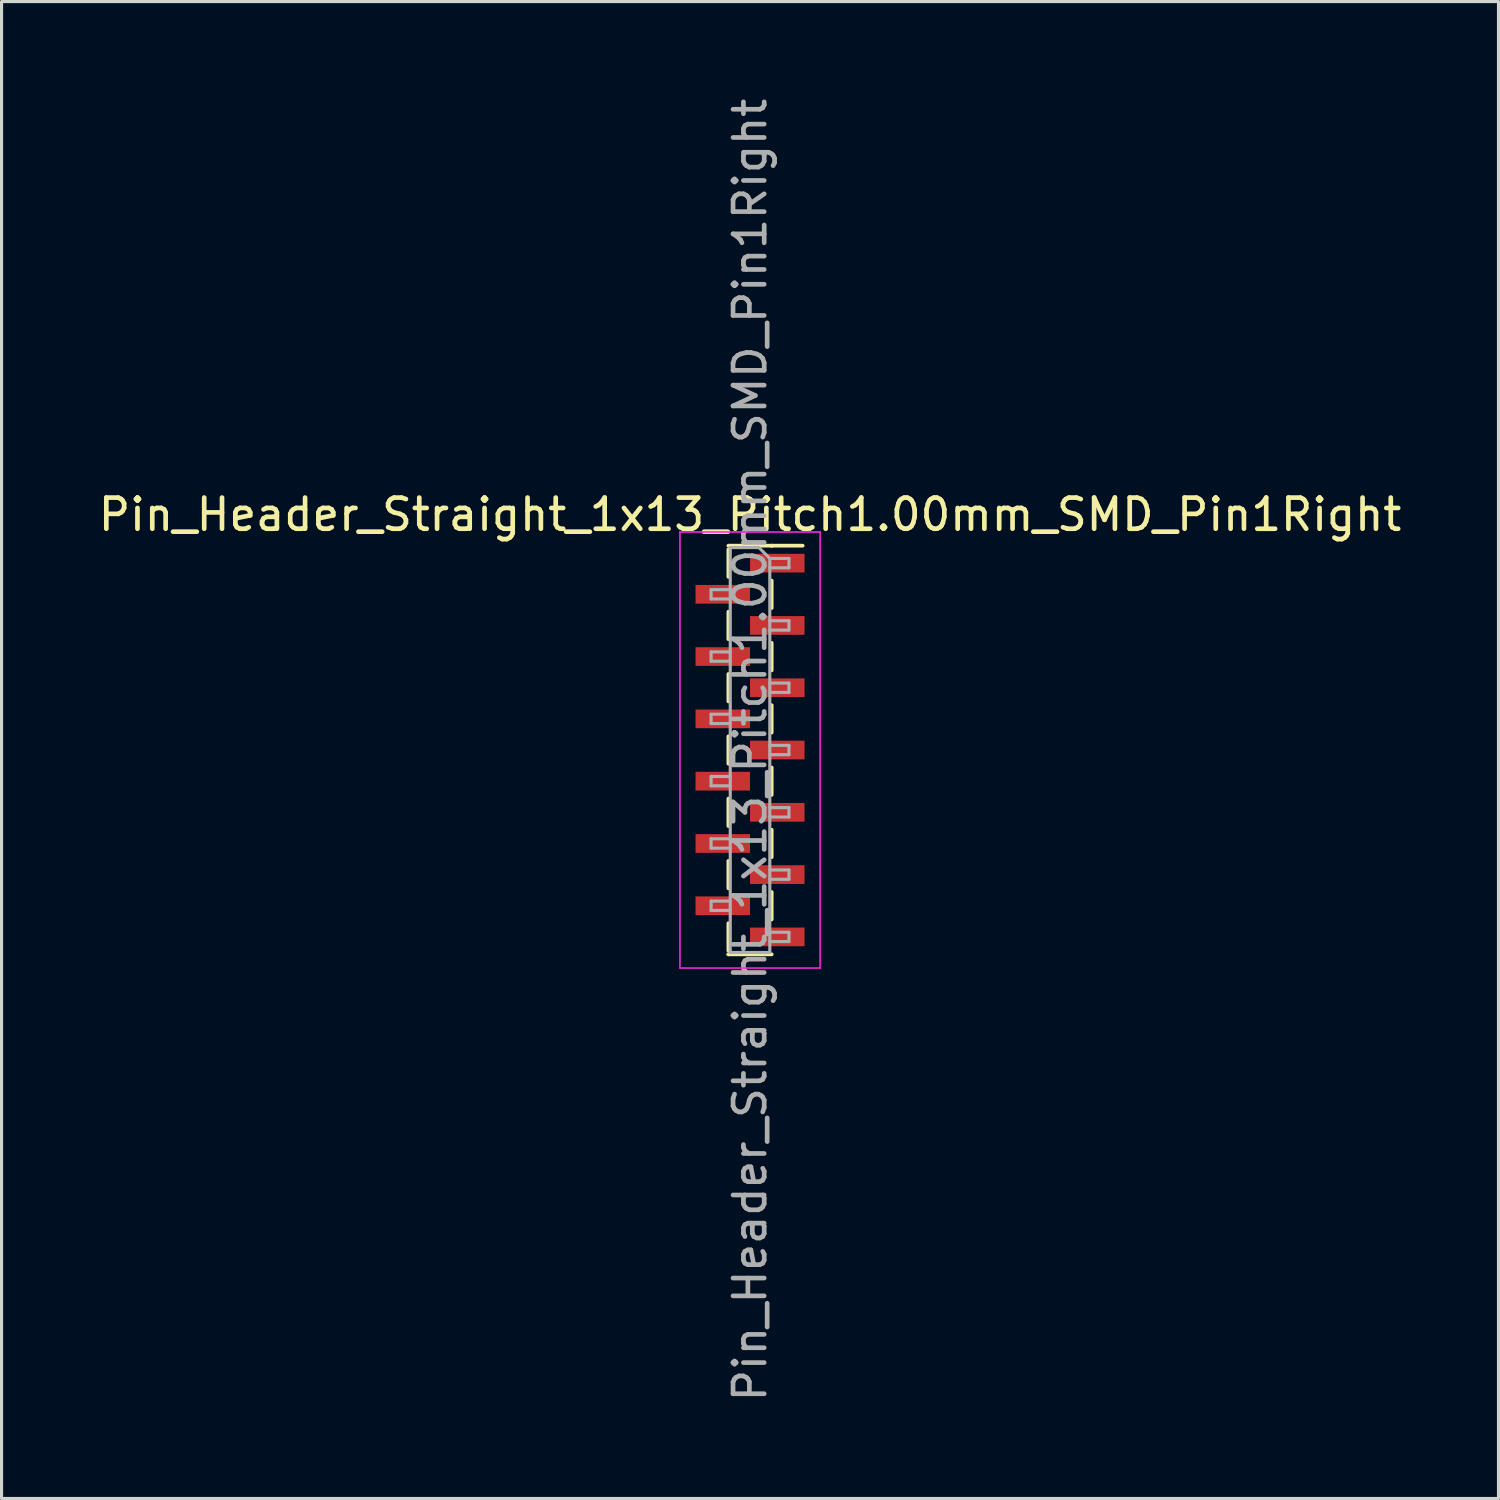
<source format=kicad_pcb>
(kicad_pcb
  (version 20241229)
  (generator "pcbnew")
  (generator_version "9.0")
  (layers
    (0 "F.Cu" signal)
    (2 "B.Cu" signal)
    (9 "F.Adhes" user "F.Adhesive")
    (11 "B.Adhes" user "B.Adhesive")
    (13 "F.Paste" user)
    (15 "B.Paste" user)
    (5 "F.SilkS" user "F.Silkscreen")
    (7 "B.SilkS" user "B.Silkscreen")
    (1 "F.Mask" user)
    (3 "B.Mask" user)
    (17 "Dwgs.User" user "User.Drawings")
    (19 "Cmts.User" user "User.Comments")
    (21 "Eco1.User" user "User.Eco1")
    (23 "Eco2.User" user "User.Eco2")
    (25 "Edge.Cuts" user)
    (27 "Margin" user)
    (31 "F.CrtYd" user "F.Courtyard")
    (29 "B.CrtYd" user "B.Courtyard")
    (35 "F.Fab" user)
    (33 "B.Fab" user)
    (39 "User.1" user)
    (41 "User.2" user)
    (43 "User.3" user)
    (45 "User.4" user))
  (footprint "Pin_Header_Straight_1x13_Pitch1.00mm_SMD_Pin1Right"
    (layer "F.Cu")
    (at 21.03 21.03)
    (property "Reference" "Pin_Header_Straight_1x13_Pitch1.00mm_SMD_Pin1Right" (at 0 -7.56 0) (layer "F.SilkS") (effects (font (size 1 1) (thickness 0.15))))
    (attr smd)
    (fp_line (start -0.695 -6.56) (end 0.695 -6.56) (stroke (width 0.12) (type solid)) (layer "F.SilkS"))
    (fp_line (start -0.695 -6.44) (end -0.695 -5.56) (stroke (width 0.12) (type solid)) (layer "F.SilkS"))
    (fp_line (start -0.695 -4.44) (end -0.695 -3.56) (stroke (width 0.12) (type solid)) (layer "F.SilkS"))
    (fp_line (start -0.695 -2.44) (end -0.695 -1.56) (stroke (width 0.12) (type solid)) (layer "F.SilkS"))
    (fp_line (start -0.695 -0.44) (end -0.695 0.44) (stroke (width 0.12) (type solid)) (layer "F.SilkS"))
    (fp_line (start -0.695 1.56) (end -0.695 2.44) (stroke (width 0.12) (type solid)) (layer "F.SilkS"))
    (fp_line (start -0.695 3.56) (end -0.695 4.44) (stroke (width 0.12) (type solid)) (layer "F.SilkS"))
    (fp_line (start -0.695 5.56) (end -0.695 6.44) (stroke (width 0.12) (type solid)) (layer "F.SilkS"))
    (fp_line (start -0.695 6.56) (end -0.695 6.56) (stroke (width 0.12) (type solid)) (layer "F.SilkS"))
    (fp_line (start -0.695 6.56) (end 0.695 6.56) (stroke (width 0.12) (type solid)) (layer "F.SilkS"))
    (fp_line (start 0.695 -6.56) (end 0.695 -6.56) (stroke (width 0.12) (type solid)) (layer "F.SilkS"))
    (fp_line (start 0.695 -6.56) (end 1.69 -6.56) (stroke (width 0.12) (type solid)) (layer "F.SilkS"))
    (fp_line (start 0.695 -5.44) (end 0.695 -4.56) (stroke (width 0.12) (type solid)) (layer "F.SilkS"))
    (fp_line (start 0.695 -3.44) (end 0.695 -2.56) (stroke (width 0.12) (type solid)) (layer "F.SilkS"))
    (fp_line (start 0.695 -1.44) (end 0.695 -0.56) (stroke (width 0.12) (type solid)) (layer "F.SilkS"))
    (fp_line (start 0.695 0.56) (end 0.695 1.44) (stroke (width 0.12) (type solid)) (layer "F.SilkS"))
    (fp_line (start 0.695 2.56) (end 0.695 3.44) (stroke (width 0.12) (type solid)) (layer "F.SilkS"))
    (fp_line (start 0.695 4.56) (end 0.695 5.44) (stroke (width 0.12) (type solid)) (layer "F.SilkS"))
    (fp_line (start -2.25 -7) (end -2.25 7) (stroke (width 0.05) (type solid)) (layer "F.CrtYd"))
    (fp_line (start -2.25 7) (end 2.25 7) (stroke (width 0.05) (type solid)) (layer "F.CrtYd"))
    (fp_line (start 2.25 -7) (end -2.25 -7) (stroke (width 0.05) (type solid)) (layer "F.CrtYd"))
    (fp_line (start 2.25 7) (end 2.25 -7) (stroke (width 0.05) (type solid)) (layer "F.CrtYd"))
    (fp_line (start -1.25 -5.15) (end -1.25 -4.85) (stroke (width 0.1) (type solid)) (layer "F.Fab"))
    (fp_line (start -1.25 -4.85) (end -0.635 -4.85) (stroke (width 0.1) (type solid)) (layer "F.Fab"))
    (fp_line (start -1.25 -3.15) (end -1.25 -2.85) (stroke (width 0.1) (type solid)) (layer "F.Fab"))
    (fp_line (start -1.25 -2.85) (end -0.635 -2.85) (stroke (width 0.1) (type solid)) (layer "F.Fab"))
    (fp_line (start -1.25 -1.15) (end -1.25 -0.85) (stroke (width 0.1) (type solid)) (layer "F.Fab"))
    (fp_line (start -1.25 -0.85) (end -0.635 -0.85) (stroke (width 0.1) (type solid)) (layer "F.Fab"))
    (fp_line (start -1.25 0.85) (end -1.25 1.15) (stroke (width 0.1) (type solid)) (layer "F.Fab"))
    (fp_line (start -1.25 1.15) (end -0.635 1.15) (stroke (width 0.1) (type solid)) (layer "F.Fab"))
    (fp_line (start -1.25 2.85) (end -1.25 3.15) (stroke (width 0.1) (type solid)) (layer "F.Fab"))
    (fp_line (start -1.25 3.15) (end -0.635 3.15) (stroke (width 0.1) (type solid)) (layer "F.Fab"))
    (fp_line (start -1.25 4.85) (end -1.25 5.15) (stroke (width 0.1) (type solid)) (layer "F.Fab"))
    (fp_line (start -1.25 5.15) (end -0.635 5.15) (stroke (width 0.1) (type solid)) (layer "F.Fab"))
    (fp_line (start -0.635 -6.5) (end -0.635 6.5) (stroke (width 0.1) (type solid)) (layer "F.Fab"))
    (fp_line (start -0.635 -6.5) (end 0.285 -6.5) (stroke (width 0.1) (type solid)) (layer "F.Fab"))
    (fp_line (start -0.635 -5.15) (end -1.25 -5.15) (stroke (width 0.1) (type solid)) (layer "F.Fab"))
    (fp_line (start -0.635 -3.15) (end -1.25 -3.15) (stroke (width 0.1) (type solid)) (layer "F.Fab"))
    (fp_line (start -0.635 -1.15) (end -1.25 -1.15) (stroke (width 0.1) (type solid)) (layer "F.Fab"))
    (fp_line (start -0.635 0.85) (end -1.25 0.85) (stroke (width 0.1) (type solid)) (layer "F.Fab"))
    (fp_line (start -0.635 2.85) (end -1.25 2.85) (stroke (width 0.1) (type solid)) (layer "F.Fab"))
    (fp_line (start -0.635 4.85) (end -1.25 4.85) (stroke (width 0.1) (type solid)) (layer "F.Fab"))
    (fp_line (start 0.635 -6.15) (end 0.285 -6.5) (stroke (width 0.1) (type solid)) (layer "F.Fab"))
    (fp_line (start 0.635 -6.15) (end 1.25 -6.15) (stroke (width 0.1) (type solid)) (layer "F.Fab"))
    (fp_line (start 0.635 -4.15) (end 1.25 -4.15) (stroke (width 0.1) (type solid)) (layer "F.Fab"))
    (fp_line (start 0.635 -2.15) (end 1.25 -2.15) (stroke (width 0.1) (type solid)) (layer "F.Fab"))
    (fp_line (start 0.635 -0.15) (end 1.25 -0.15) (stroke (width 0.1) (type solid)) (layer "F.Fab"))
    (fp_line (start 0.635 1.85) (end 1.25 1.85) (stroke (width 0.1) (type solid)) (layer "F.Fab"))
    (fp_line (start 0.635 3.85) (end 1.25 3.85) (stroke (width 0.1) (type solid)) (layer "F.Fab"))
    (fp_line (start 0.635 5.85) (end 1.25 5.85) (stroke (width 0.1) (type solid)) (layer "F.Fab"))
    (fp_line (start 0.635 6.5) (end -0.635 6.5) (stroke (width 0.1) (type solid)) (layer "F.Fab"))
    (fp_line (start 0.635 6.5) (end 0.635 -6.15) (stroke (width 0.1) (type solid)) (layer "F.Fab"))
    (fp_line (start 1.25 -6.15) (end 1.25 -5.85) (stroke (width 0.1) (type solid)) (layer "F.Fab"))
    (fp_line (start 1.25 -5.85) (end 0.635 -5.85) (stroke (width 0.1) (type solid)) (layer "F.Fab"))
    (fp_line (start 1.25 -4.15) (end 1.25 -3.85) (stroke (width 0.1) (type solid)) (layer "F.Fab"))
    (fp_line (start 1.25 -3.85) (end 0.635 -3.85) (stroke (width 0.1) (type solid)) (layer "F.Fab"))
    (fp_line (start 1.25 -2.15) (end 1.25 -1.85) (stroke (width 0.1) (type solid)) (layer "F.Fab"))
    (fp_line (start 1.25 -1.85) (end 0.635 -1.85) (stroke (width 0.1) (type solid)) (layer "F.Fab"))
    (fp_line (start 1.25 -0.15) (end 1.25 0.15) (stroke (width 0.1) (type solid)) (layer "F.Fab"))
    (fp_line (start 1.25 0.15) (end 0.635 0.15) (stroke (width 0.1) (type solid)) (layer "F.Fab"))
    (fp_line (start 1.25 1.85) (end 1.25 2.15) (stroke (width 0.1) (type solid)) (layer "F.Fab"))
    (fp_line (start 1.25 2.15) (end 0.635 2.15) (stroke (width 0.1) (type solid)) (layer "F.Fab"))
    (fp_line (start 1.25 3.85) (end 1.25 4.15) (stroke (width 0.1) (type solid)) (layer "F.Fab"))
    (fp_line (start 1.25 4.15) (end 0.635 4.15) (stroke (width 0.1) (type solid)) (layer "F.Fab"))
    (fp_line (start 1.25 5.85) (end 1.25 6.15) (stroke (width 0.1) (type solid)) (layer "F.Fab"))
    (fp_line (start 1.25 6.15) (end 0.635 6.15) (stroke (width 0.1) (type solid)) (layer "F.Fab"))
    (fp_text user "${REFERENCE}" (at 0 0 90) (layer "F.Fab") (effects (font (size 1 1) (thickness 0.15))))
    (pad "1" smd rect (at 0.875 -6) (size 1.75 0.6) (layers "F.Cu" "F.Mask" "F.Paste"))
    (pad "2" smd rect (at -0.875 -5) (size 1.75 0.6) (layers "F.Cu" "F.Mask" "F.Paste"))
    (pad "3" smd rect (at 0.875 -4) (size 1.75 0.6) (layers "F.Cu" "F.Mask" "F.Paste"))
    (pad "4" smd rect (at -0.875 -3) (size 1.75 0.6) (layers "F.Cu" "F.Mask" "F.Paste"))
    (pad "5" smd rect (at 0.875 -2) (size 1.75 0.6) (layers "F.Cu" "F.Mask" "F.Paste"))
    (pad "6" smd rect (at -0.875 -1) (size 1.75 0.6) (layers "F.Cu" "F.Mask" "F.Paste"))
    (pad "7" smd rect (at 0.875 0) (size 1.75 0.6) (layers "F.Cu" "F.Mask" "F.Paste"))
    (pad "8" smd rect (at -0.875 1) (size 1.75 0.6) (layers "F.Cu" "F.Mask" "F.Paste"))
    (pad "9" smd rect (at 0.875 2) (size 1.75 0.6) (layers "F.Cu" "F.Mask" "F.Paste"))
    (pad "10" smd rect (at -0.875 3) (size 1.75 0.6) (layers "F.Cu" "F.Mask" "F.Paste"))
    (pad "11" smd rect (at 0.875 4) (size 1.75 0.6) (layers "F.Cu" "F.Mask" "F.Paste"))
    (pad "12" smd rect (at -0.875 5) (size 1.75 0.6) (layers "F.Cu" "F.Mask" "F.Paste"))
    (pad "13" smd rect (at 0.875 6) (size 1.75 0.6) (layers "F.Cu" "F.Mask" "F.Paste")))
  (gr_rect
    (start -3 -3)
    (end 45.06 45.06)
    (stroke (width 0.1) (type default))
    (fill no)
    (layer "Edge.Cuts")))
</source>
